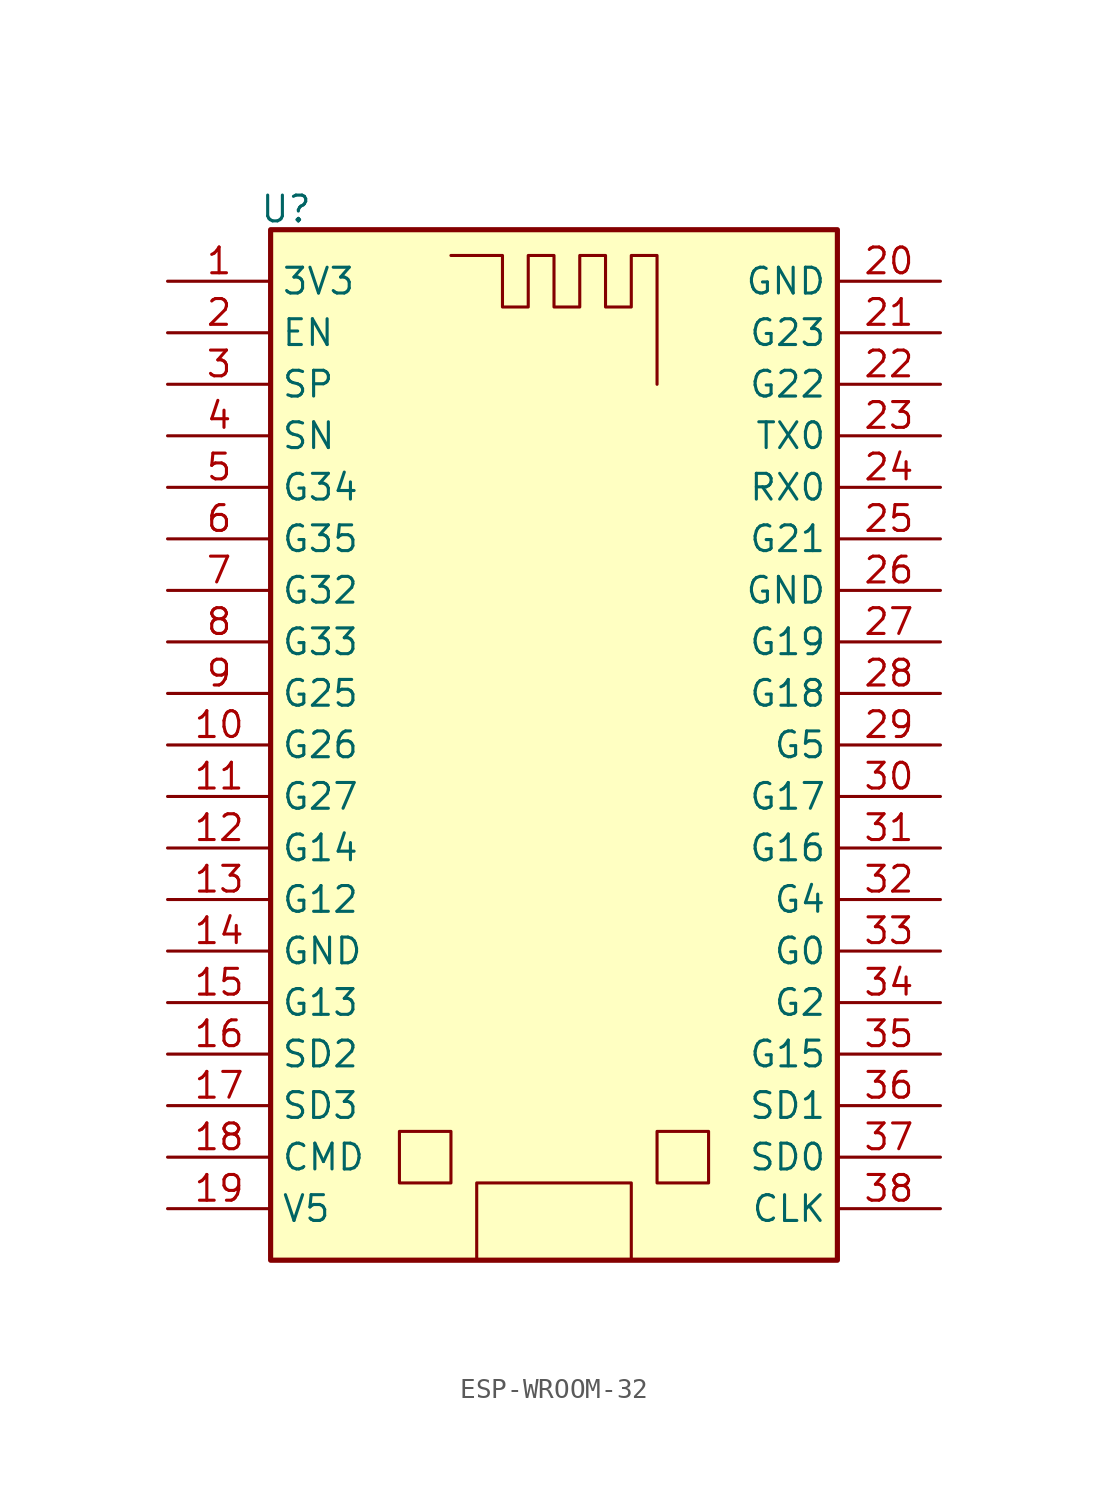
<source format=kicad_sym>
(kicad_symbol_lib
  (version 20231120)
  (generator "kicad_symbol_editor")
  (generator_version "8.0")
  (symbol "ESP-WROOM-32"
    (property "Reference" "U"
      (at 0.762 2.286 0)
      (effects (font (size 1.27 1.27))))
    (property "Value" ""
      (at 0 0 0)
      (effects (font (size 1.27 1.27))))
    (symbol "ESP-WROOM-32_0_0"
      (rectangle (start 0 1.27) (end 27.94 -49.53) (stroke (width 0.254) (type default)) (fill (type background))))
    (symbol "ESP-WROOM-32_0_1"
      (polyline (pts (xy 8.89 0) (xy 10.16 0) (xy 11.43 0) (xy 11.43 -2.54) (xy 12.7 -2.54) (xy 12.7 0) (xy 13.97 0) (xy 13.97 -2.54) (xy 15.24 -2.54) (xy 15.24 0) (xy 16.51 0) (xy 16.51 -2.54) (xy 17.78 -2.54) (xy 17.78 0) (xy 19.05 0) (xy 19.05 -6.35)) (stroke (width 0) (type default)) (fill (type none)))
      (rectangle (start 6.35 -43.18) (end 8.89 -45.72) (stroke (width 0) (type default)) (fill (type none)))
      (rectangle (start 10.16 -45.72) (end 17.78 -49.53) (stroke (width 0) (type default)) (fill (type none)))
      (rectangle (start 19.05 -43.18) (end 21.59 -45.72) (stroke (width 0) (type default)) (fill (type none))))
    (symbol "ESP-WROOM-32_1_0"
      (pin bidirectional line (at -5.08 -34.29 0) (length 5.08) (name "GND" (effects (font (size 1.27 1.27)))) (number "14" (effects (font (size 1.27 1.27)))))
      (pin bidirectional line (at 33.02 -8.89 180) (length 5.08) (name "TX0" (effects (font (size 1.27 1.27)))) (number "23" (effects (font (size 1.27 1.27)))))
      (pin bidirectional line (at 33.02 -11.43 180) (length 5.08) (name "RX0" (effects (font (size 1.27 1.27)))) (number "24" (effects (font (size 1.27 1.27))))))
    (symbol "ESP-WROOM-32_1_1"
      (pin bidirectional line (at -5.08 -1.27 0) (length 5.08) (name "3V3" (effects (font (size 1.27 1.27)))) (number "1" (effects (font (size 1.27 1.27)))))
      (pin bidirectional line (at -5.08 -24.13 0) (length 5.08) (name "G26" (effects (font (size 1.27 1.27)))) (number "10" (effects (font (size 1.27 1.27)))))
      (pin bidirectional line (at -5.08 -26.67 0) (length 5.08) (name "G27" (effects (font (size 1.27 1.27)))) (number "11" (effects (font (size 1.27 1.27)))))
      (pin bidirectional line (at -5.08 -29.21 0) (length 5.08) (name "G14" (effects (font (size 1.27 1.27)))) (number "12" (effects (font (size 1.27 1.27)))))
      (pin bidirectional line (at -5.08 -31.75 0) (length 5.08) (name "G12" (effects (font (size 1.27 1.27)))) (number "13" (effects (font (size 1.27 1.27)))))
      (pin power_in line (at -5.08 -36.83 0) (length 5.08) (name "G13" (effects (font (size 1.27 1.27)))) (number "15" (effects (font (size 1.27 1.27)))))
      (pin power_in line (at -5.08 -39.37 0) (length 5.08) (name "SD2" (effects (font (size 1.27 1.27)))) (number "16" (effects (font (size 1.27 1.27)))))
      (pin power_in line (at -5.08 -41.91 0) (length 5.08) (name "SD3" (effects (font (size 1.27 1.27)))) (number "17" (effects (font (size 1.27 1.27)))))
      (pin power_in line (at -5.08 -44.45 0) (length 5.08) (name "CMD" (effects (font (size 1.27 1.27)))) (number "18" (effects (font (size 1.27 1.27)))))
      (pin power_in line (at -5.08 -46.99 0) (length 5.08) (name "V5" (effects (font (size 1.27 1.27)))) (number "19" (effects (font (size 1.27 1.27)))))
      (pin bidirectional line (at -5.08 -3.81 0) (length 5.08) (name "EN" (effects (font (size 1.27 1.27)))) (number "2" (effects (font (size 1.27 1.27)))))
      (pin bidirectional line (at 33.02 -1.27 180) (length 5.08) (name "GND" (effects (font (size 1.27 1.27)))) (number "20" (effects (font (size 1.27 1.27)))))
      (pin bidirectional line (at 33.02 -3.81 180) (length 5.08) (name "G23" (effects (font (size 1.27 1.27)))) (number "21" (effects (font (size 1.27 1.27)))))
      (pin bidirectional line (at 33.02 -6.35 180) (length 5.08) (name "G22" (effects (font (size 1.27 1.27)))) (number "22" (effects (font (size 1.27 1.27)))))
      (pin bidirectional line (at 33.02 -13.97 180) (length 5.08) (name "G21" (effects (font (size 1.27 1.27)))) (number "25" (effects (font (size 1.27 1.27)))))
      (pin bidirectional line (at 33.02 -16.51 180) (length 5.08) (name "GND" (effects (font (size 1.27 1.27)))) (number "26" (effects (font (size 1.27 1.27)))))
      (pin bidirectional line (at 33.02 -19.05 180) (length 5.08) (name "G19" (effects (font (size 1.27 1.27)))) (number "27" (effects (font (size 1.27 1.27)))))
      (pin bidirectional line (at 33.02 -21.59 180) (length 5.08) (name "G18" (effects (font (size 1.27 1.27)))) (number "28" (effects (font (size 1.27 1.27)))))
      (pin bidirectional line (at 33.02 -24.13 180) (length 5.08) (name "G5" (effects (font (size 1.27 1.27)))) (number "29" (effects (font (size 1.27 1.27)))))
      (pin bidirectional line (at -5.08 -6.35 0) (length 5.08) (name "SP" (effects (font (size 1.27 1.27)))) (number "3" (effects (font (size 1.27 1.27)))))
      (pin bidirectional line (at 33.02 -26.67 180) (length 5.08) (name "G17" (effects (font (size 1.27 1.27)))) (number "30" (effects (font (size 1.27 1.27)))))
      (pin bidirectional line (at 33.02 -29.21 180) (length 5.08) (name "G16" (effects (font (size 1.27 1.27)))) (number "31" (effects (font (size 1.27 1.27)))))
      (pin bidirectional line (at 33.02 -31.75 180) (length 5.08) (name "G4" (effects (font (size 1.27 1.27)))) (number "32" (effects (font (size 1.27 1.27)))))
      (pin bidirectional line (at 33.02 -34.29 180) (length 5.08) (name "G0" (effects (font (size 1.27 1.27)))) (number "33" (effects (font (size 1.27 1.27)))))
      (pin bidirectional line (at 33.02 -36.83 180) (length 5.08) (name "G2" (effects (font (size 1.27 1.27)))) (number "34" (effects (font (size 1.27 1.27)))))
      (pin power_in line (at 33.02 -39.37 180) (length 5.08) (name "G15" (effects (font (size 1.27 1.27)))) (number "35" (effects (font (size 1.27 1.27)))))
      (pin power_in line (at 33.02 -41.91 180) (length 5.08) (name "SD1" (effects (font (size 1.27 1.27)))) (number "36" (effects (font (size 1.27 1.27)))))
      (pin power_in line (at 33.02 -44.45 180) (length 5.08) (name "SD0" (effects (font (size 1.27 1.27)))) (number "37" (effects (font (size 1.27 1.27)))))
      (pin power_in line (at 33.02 -46.99 180) (length 5.08) (name "CLK" (effects (font (size 1.27 1.27)))) (number "38" (effects (font (size 1.27 1.27)))))
      (pin bidirectional line (at -5.08 -8.89 0) (length 5.08) (name "SN" (effects (font (size 1.27 1.27)))) (number "4" (effects (font (size 1.27 1.27)))))
      (pin bidirectional line (at -5.08 -11.43 0) (length 5.08) (name "G34" (effects (font (size 1.27 1.27)))) (number "5" (effects (font (size 1.27 1.27)))))
      (pin bidirectional line (at -5.08 -13.97 0) (length 5.08) (name "G35" (effects (font (size 1.27 1.27)))) (number "6" (effects (font (size 1.27 1.27)))))
      (pin bidirectional line (at -5.08 -16.51 0) (length 5.08) (name "G32" (effects (font (size 1.27 1.27)))) (number "7" (effects (font (size 1.27 1.27)))))
      (pin bidirectional line (at -5.08 -19.05 0) (length 5.08) (name "G33" (effects (font (size 1.27 1.27)))) (number "8" (effects (font (size 1.27 1.27)))))
      (pin bidirectional line (at -5.08 -21.59 0) (length 5.08) (name "G25" (effects (font (size 1.27 1.27)))) (number "9" (effects (font (size 1.27 1.27))))))))
</source>
